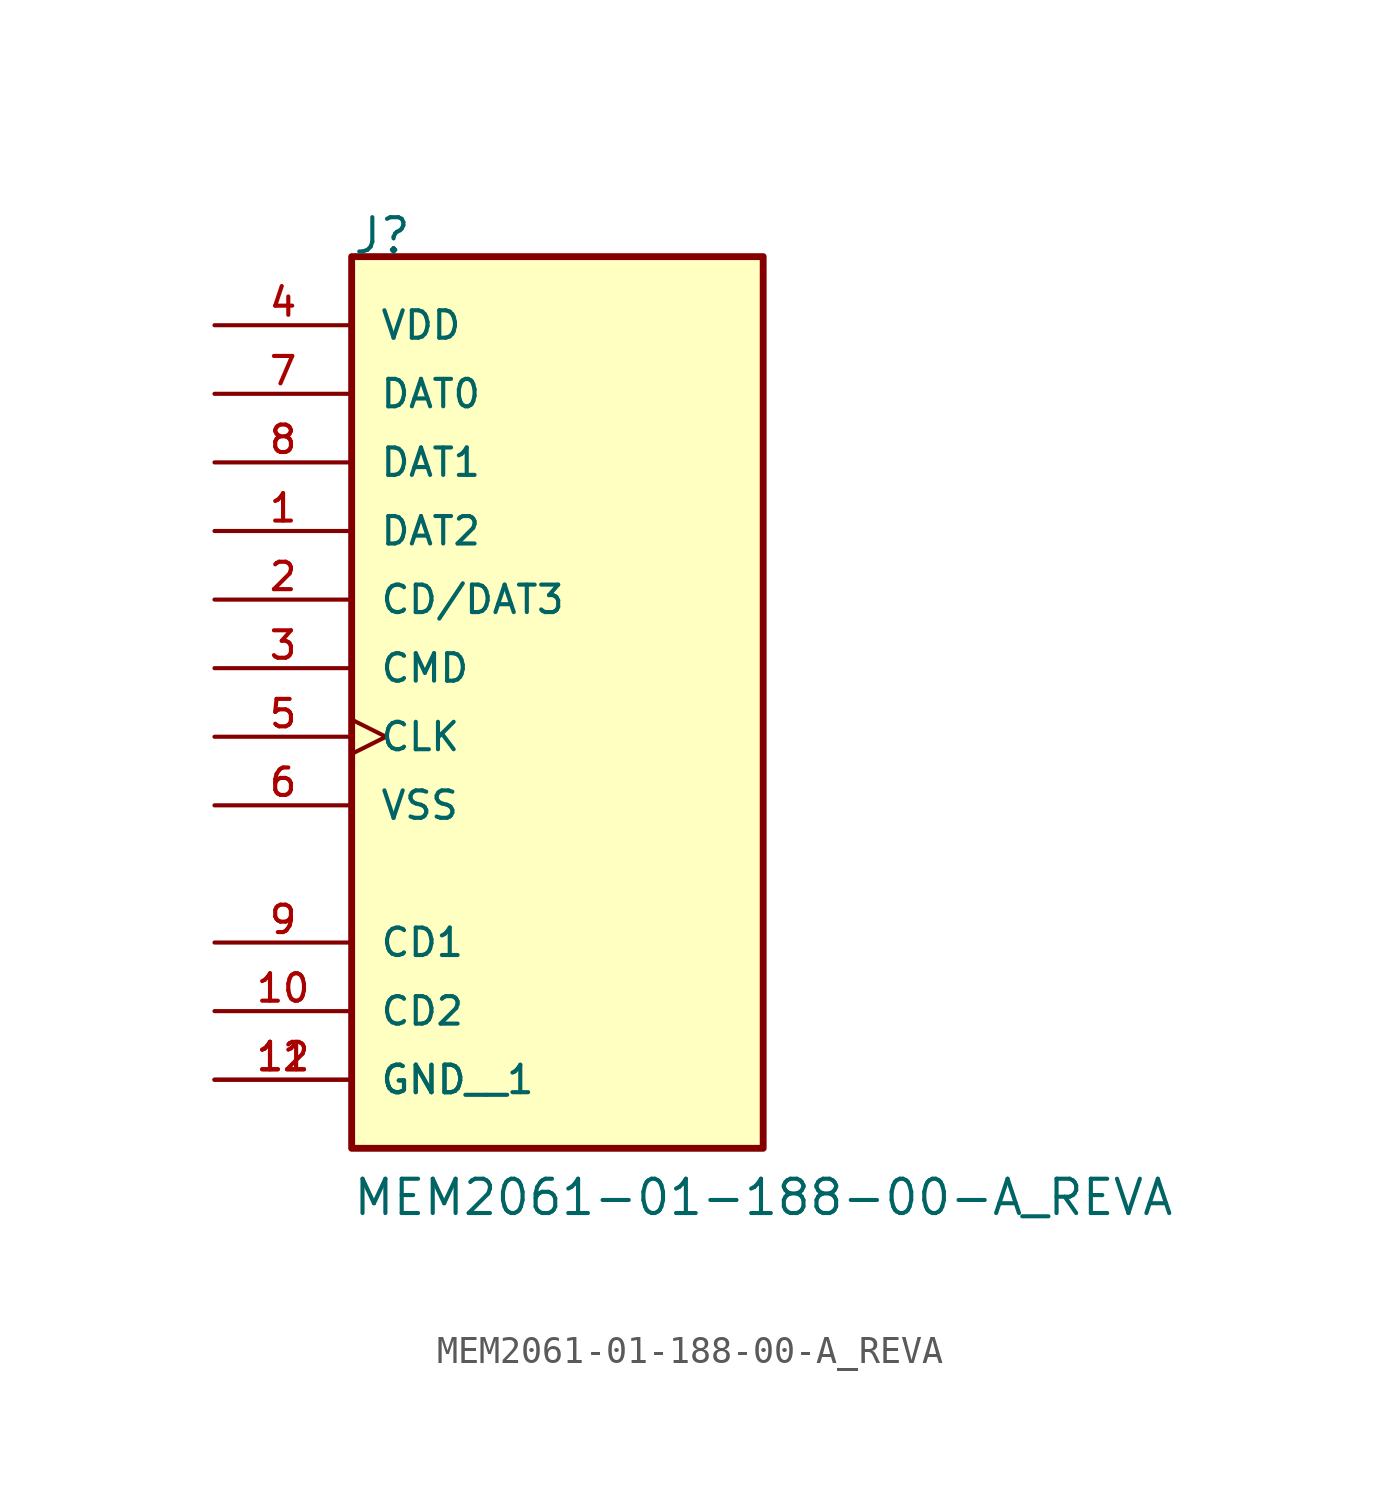
<source format=kicad_sym>
(kicad_symbol_lib
  (version 20211014)
  (generator kicad_symbol_editor)
  (symbol "MEM2061-01-188-00-A_REVA"
    (pin_names
      (offset 1.016))
    (property "Reference" "J"
      (at 0.0 15.268 0)
      (effects (font (size 1.27 1.27)) (justify bottom left)))
    (property "Value" "MEM2061-01-188-00-A_REVA"
      (at 0.0 -20.341 0)
      (effects (font (size 1.27 1.27)) (justify bottom left)))
    (symbol "MEM2061-01-188-00-A_REVA_0_0"
      (rectangle (start -8.881784197e-16 -17.78) (end 15.24 15.24) (stroke (width 0.254)) (fill (type background)))
      (pin bidirectional line (at -5.08 10.16 0) (length 5.08) (name "DAT0" (effects (font (size 1.016 1.016)))) (number "7" (effects (font (size 1.016 1.016)))))
      (pin bidirectional line (at -5.08 7.62 0) (length 5.08) (name "DAT1" (effects (font (size 1.016 1.016)))) (number "8" (effects (font (size 1.016 1.016)))))
      (pin bidirectional line (at -5.08 5.08 0) (length 5.08) (name "DAT2" (effects (font (size 1.016 1.016)))) (number "1" (effects (font (size 1.016 1.016)))))
      (pin bidirectional line (at -5.08 2.54 0) (length 5.08) (name "CD/DAT3" (effects (font (size 1.016 1.016)))) (number "2" (effects (font (size 1.016 1.016)))))
      (pin bidirectional line (at -5.08 0.0 0) (length 5.08) (name "CMD" (effects (font (size 1.016 1.016)))) (number "3" (effects (font (size 1.016 1.016)))))
      (pin bidirectional clock (at -5.08 -2.54 0) (length 5.08) (name "CLK" (effects (font (size 1.016 1.016)))) (number "5" (effects (font (size 1.016 1.016)))))
      (pin power_in line (at -5.08 12.7 0) (length 5.08) (name "VDD" (effects (font (size 1.016 1.016)))) (number "4" (effects (font (size 1.016 1.016)))))
      (pin power_in line (at -5.08 -5.08 0) (length 5.08) (name "VSS" (effects (font (size 1.016 1.016)))) (number "6" (effects (font (size 1.016 1.016)))))
      (pin passive line (at -5.08 -12.7 0) (length 5.08) (name "CD2" (effects (font (size 1.016 1.016)))) (number "10" (effects (font (size 1.016 1.016)))))
      (pin power_in line (at -5.08 -15.24 0) (length 5.08) (name "GND" (effects (font (size 1.016 1.016)))) (number "11" (effects (font (size 1.016 1.016)))))
      (pin passive line (at -5.08 -10.16 0) (length 5.08) (name "CD1" (effects (font (size 1.016 1.016)))) (number "9" (effects (font (size 1.016 1.016)))))
      (pin power_in line (at -5.08 -15.24 0) (length 5.08) (name "GND__1" (effects (font (size 1.016 1.016)))) (number "12" (effects (font (size 1.016 1.016))))))))
</source>
